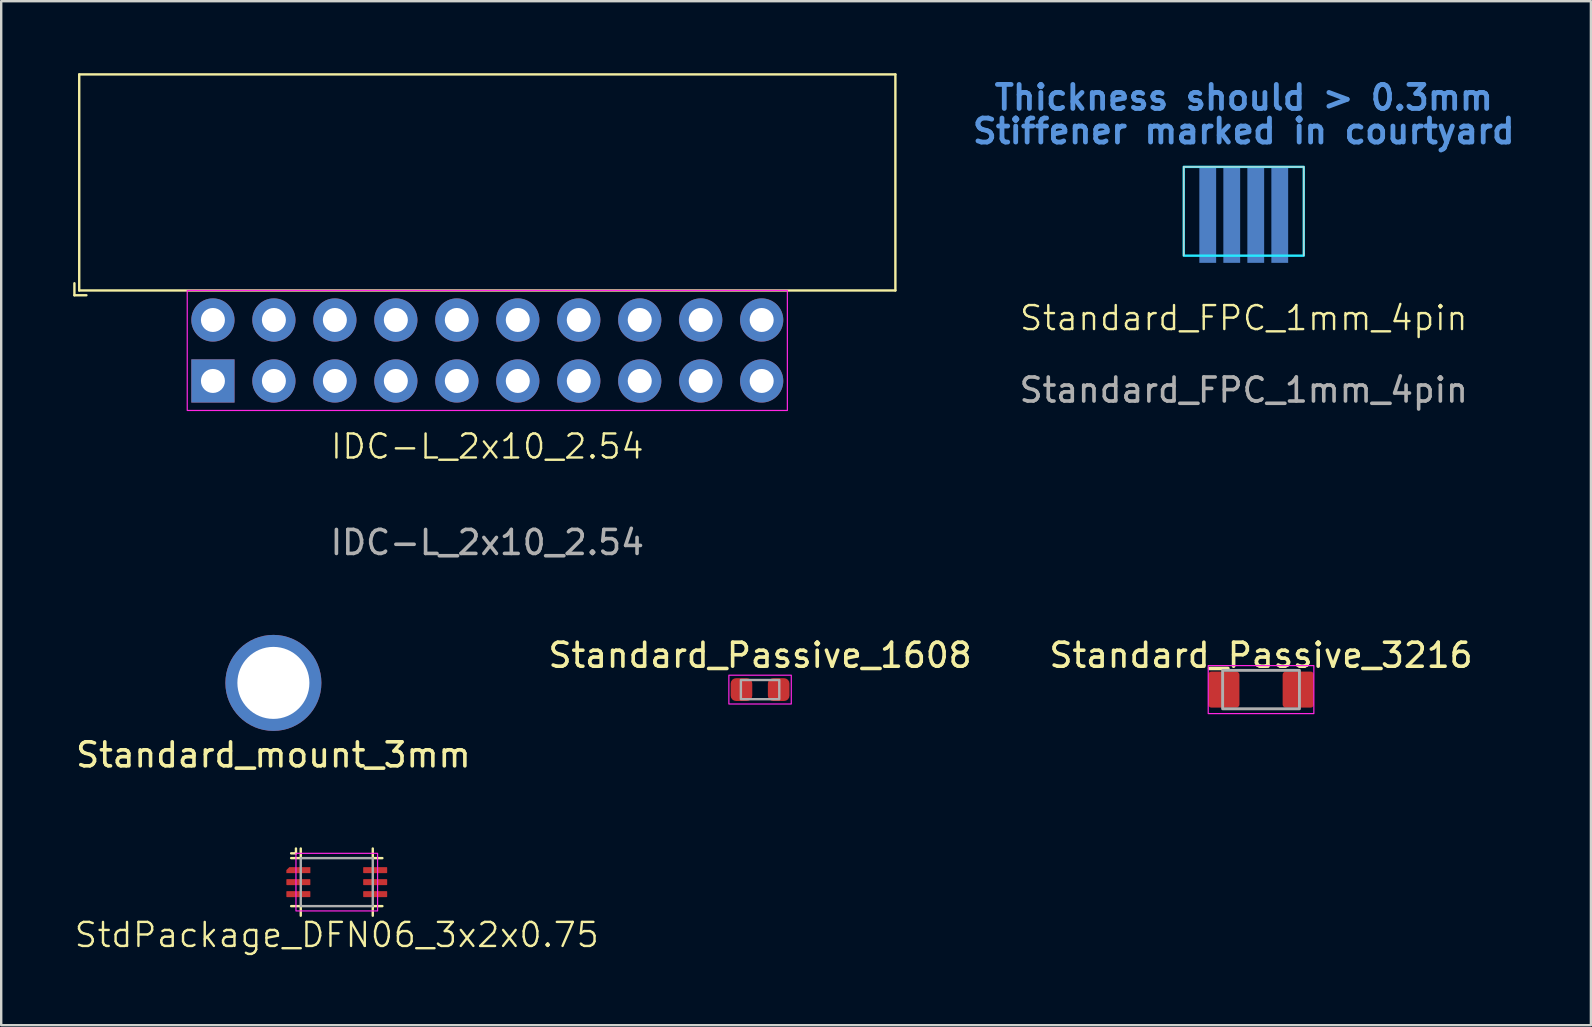
<source format=kicad_pcb>
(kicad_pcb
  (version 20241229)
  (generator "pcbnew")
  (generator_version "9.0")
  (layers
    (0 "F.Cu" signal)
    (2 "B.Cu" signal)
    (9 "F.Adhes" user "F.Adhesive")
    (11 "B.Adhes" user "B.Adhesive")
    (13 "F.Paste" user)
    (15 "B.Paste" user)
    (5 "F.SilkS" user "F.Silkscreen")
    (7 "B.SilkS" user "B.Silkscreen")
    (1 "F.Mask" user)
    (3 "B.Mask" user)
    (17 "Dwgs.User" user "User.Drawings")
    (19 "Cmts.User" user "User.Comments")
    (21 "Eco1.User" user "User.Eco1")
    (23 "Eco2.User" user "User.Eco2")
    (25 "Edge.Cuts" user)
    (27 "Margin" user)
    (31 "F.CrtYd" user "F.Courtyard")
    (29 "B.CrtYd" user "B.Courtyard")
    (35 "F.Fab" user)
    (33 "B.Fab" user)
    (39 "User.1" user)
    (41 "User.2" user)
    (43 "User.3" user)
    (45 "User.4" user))
  (footprint "Standard_Passive_3216"
    (layer "F.Cu")
    (at 49.482 25.677)
    (property "Reference" "Standard_Passive_3216" (at 0 -1.43 0) (layer "F.SilkS") (effects (font (size 1 1) (thickness 0.15))))
    (attr smd)
    (fp_rect (start -2.2 -1) (end 2.2 1) (stroke (width 0.05) (type default)) (fill no) (layer "F.CrtYd"))
    (fp_rect (start -1.6 -0.8) (end 1.6 0.8) (stroke (width 0.12) (type solid)) (fill no) (layer "F.Fab"))
    (pad "1" smd roundrect (at -1.55 0) (size 1.3 1.5) (layers "F.Cu" "F.Mask" "F.Paste") (roundrect_rratio 0.1))
    (pad "2" smd roundrect (at 1.55 0) (size 1.3 1.5) (layers "F.Cu" "F.Mask" "F.Paste") (roundrect_rratio 0.1)))
  (footprint "IDC-L_2x10_2.54"
    (layer "F.Cu")
    (at 17.25 11.55)
    (property "Reference" "IDC-L_2x10_2.54" (at 0 4 0) (unlocked yes) (layer "F.SilkS") (effects (font (size 1 1) (thickness 0.1))))
    (attr through_hole)
    (fp_line (start -17.2 -2.3) (end -17.2 -2.8) (stroke (width 0.1) (type default)) (layer "F.SilkS"))
    (fp_line (start -17.2 -2.3) (end -16.7 -2.3) (stroke (width 0.1) (type default)) (layer "F.SilkS"))
    (fp_line (start -17 -11.5) (end -17 -2.5) (stroke (width 0.1) (type default)) (layer "F.SilkS"))
    (fp_line (start -17 -2.5) (end 17 -2.5) (stroke (width 0.1) (type default)) (layer "F.SilkS"))
    (fp_line (start 17 -11.5) (end -17 -11.5) (stroke (width 0.1) (type default)) (layer "F.SilkS"))
    (fp_line (start 17 -11.5) (end 17 -2.5) (stroke (width 0.1) (type default)) (layer "F.SilkS"))
    (fp_rect (start -12.5 -2.5) (end 12.5 2.5) (stroke (width 0.05) (type default)) (fill no) (layer "F.CrtYd"))
    (fp_text user "${REFERENCE}" (at 0 8 0) (unlocked yes) (layer "F.Fab") (effects (font (size 1 1) (thickness 0.15))))
    (pad "1" thru_hole rect (at -11.43 1.27) (size 1.8 1.8) (drill 1) (layers "*.Cu" "*.Mask"))
    (pad "2" thru_hole circle (at -11.43 -1.27) (size 1.8 1.8) (drill 1) (layers "*.Cu" "*.Mask"))
    (pad "3" thru_hole circle (at -8.89 1.27) (size 1.8 1.8) (drill 1) (layers "*.Cu" "*.Mask"))
    (pad "4" thru_hole circle (at -8.89 -1.27) (size 1.8 1.8) (drill 1) (layers "*.Cu" "*.Mask"))
    (pad "5" thru_hole circle (at -6.35 1.27) (size 1.8 1.8) (drill 1) (layers "*.Cu" "*.Mask"))
    (pad "6" thru_hole circle (at -6.35 -1.27) (size 1.8 1.8) (drill 1) (layers "*.Cu" "*.Mask"))
    (pad "7" thru_hole circle (at -3.81 1.27) (size 1.8 1.8) (drill 1) (layers "*.Cu" "*.Mask"))
    (pad "8" thru_hole circle (at -3.81 -1.27) (size 1.8 1.8) (drill 1) (layers "*.Cu" "*.Mask"))
    (pad "9" thru_hole circle (at -1.27 1.27) (size 1.8 1.8) (drill 1) (layers "*.Cu" "*.Mask"))
    (pad "10" thru_hole circle (at -1.27 -1.27) (size 1.8 1.8) (drill 1) (layers "*.Cu" "*.Mask"))
    (pad "11" thru_hole circle (at 1.27 1.27) (size 1.8 1.8) (drill 1) (layers "*.Cu" "*.Mask"))
    (pad "12" thru_hole circle (at 1.27 -1.27) (size 1.8 1.8) (drill 1) (layers "*.Cu" "*.Mask"))
    (pad "13" thru_hole circle (at 3.81 1.27) (size 1.8 1.8) (drill 1) (layers "*.Cu" "*.Mask"))
    (pad "14" thru_hole circle (at 3.81 -1.27) (size 1.8 1.8) (drill 1) (layers "*.Cu" "*.Mask"))
    (pad "15" thru_hole circle (at 6.35 1.27) (size 1.8 1.8) (drill 1) (layers "*.Cu" "*.Mask"))
    (pad "16" thru_hole circle (at 6.35 -1.27) (size 1.8 1.8) (drill 1) (layers "*.Cu" "*.Mask"))
    (pad "17" thru_hole circle (at 8.89 1.27) (size 1.8 1.8) (drill 1) (layers "*.Cu" "*.Mask"))
    (pad "18" thru_hole circle (at 8.89 -1.27) (size 1.8 1.8) (drill 1) (layers "*.Cu" "*.Mask"))
    (pad "19" thru_hole circle (at 11.43 1.27) (size 1.8 1.8) (drill 1) (layers "*.Cu" "*.Mask"))
    (pad "20" thru_hole circle (at 11.43 -1.27) (size 1.8 1.8) (drill 1) (layers "*.Cu" "*.Mask")))
  (footprint "Standard_Passive_1608"
    (layer "F.Cu")
    (at 28.613 25.677)
    (property "Reference" "Standard_Passive_1608" (at 0 -1.43 0) (layer "F.SilkS") (effects (font (size 1 1) (thickness 0.15))))
    (attr smd)
    (fp_rect (start -1.3 -0.6) (end 1.3 0.6) (stroke (width 0.05) (type default)) (fill no) (layer "F.CrtYd"))
    (fp_rect (start -0.8 -0.4) (end 0.8 0.4) (stroke (width 0.1) (type default)) (fill no) (layer "F.Fab"))
    (pad "1" smd roundrect (at -0.775 0) (size 0.9 0.95) (layers "F.Cu" "F.Mask" "F.Paste") (roundrect_rratio 0.25))
    (pad "2" smd roundrect (at 0.775 0) (size 0.9 0.95) (layers "F.Cu" "F.Mask" "F.Paste") (roundrect_rratio 0.25)))
  (footprint "Standard_FPC_1mm_4pin"
    (layer "F.Cu")
    (at 48.762 7.6)
    (property "Reference" "Standard_FPC_1mm_4pin" (at 0 2.6 0) (unlocked yes) (layer "F.SilkS") (effects (font (size 1 1) (thickness 0.1))))
    (attr smd)
    (fp_rect (start -1.2 -3.6) (end -1.8 0) (stroke (width 0.1) (type default)) (fill yes) (layer "B.Mask"))
    (fp_rect (start -0.2 -3.6) (end -0.8 0) (stroke (width 0.1) (type default)) (fill yes) (layer "B.Mask"))
    (fp_rect (start 0.8 -3.6) (end 0.2 0) (stroke (width 0.1) (type default)) (fill yes) (layer "B.Mask"))
    (fp_rect (start 1.8 -3.6) (end 1.2 0) (stroke (width 0.1) (type default)) (fill yes) (layer "B.Mask"))
    (fp_line (start -2.5 -3.7) (end 2.5 -3.7) (stroke (width 0.05) (type default)) (layer "Edge.Cuts"))
    (fp_line (start -2.5 0) (end -2.5 -3.7) (stroke (width 0.05) (type default)) (layer "Edge.Cuts"))
    (fp_line (start 2.5 -3.7) (end 2.5 0) (stroke (width 0.05) (type default)) (layer "Edge.Cuts"))
    (fp_rect (start -2.5 -3.7) (end 2.5 0) (stroke (width 0.1) (type solid)) (fill no) (layer "B.CrtYd"))
    (fp_text user "Thickness should > 0.3mm" (at 0 -6 0) (unlocked yes) (layer "Cmts.User") (effects (font (size 1 1) (thickness 0.2) (bold yes)) (justify bottom)))
    (fp_text user "Stiffener marked in courtyard" (at 0 -4.6 0) (unlocked yes) (layer "Cmts.User") (effects (font (size 1 1) (thickness 0.2) (bold yes)) (justify bottom)))
    (fp_text user "${REFERENCE}" (at 0 5.6 0) (unlocked yes) (layer "F.Fab") (effects (font (size 1 1) (thickness 0.15))))
    (pad "1" smd rect (at 1.5 -1.7) (size 0.7 4) (layers "B.Cu" "B.Paste"))
    (pad "2" smd rect (at 0.5 -1.7) (size 0.7 4) (layers "B.Cu" "B.Paste"))
    (pad "3" smd rect (at -0.5 -1.7) (size 0.7 4) (layers "B.Cu" "B.Paste"))
    (pad "4" smd rect (at -1.5 -1.7) (size 0.7 4) (layers "B.Cu" "B.Paste")))
  (footprint "Standard_mount_3mm"
    (layer "F.Cu")
    (at 8.339 25.398)
    (property "Reference" "Standard_mount_3mm" (at 0 3 0) (unlocked yes) (layer "F.SilkS") (effects (font (size 1 1) (thickness 0.15))))
    (attr smd)
    (pad "" np_thru_hole circle (at 0 0) (size 4 4) (drill 3) (layers "*.Cu" "*.Mask")))
  (footprint "StdPackage_DFN06_3x2x0.75"
    (layer "F.Cu")
    (at 10.979 33.697)
    (property "Reference" "StdPackage_DFN06_3x2x0.75" (at 0 2.2 0) (unlocked yes) (layer "F.SilkS") (effects (font (size 1 1) (thickness 0.1))))
    (attr smd)
    (fp_line (start -1.9 -1.2) (end -1.7 -1.2) (stroke (width 0.1) (type default)) (layer "F.SilkS"))
    (fp_line (start -1.7 -1.2) (end -1.7 -1.4) (stroke (width 0.1) (type default)) (layer "F.SilkS"))
    (fp_line (start -1.5 -1) (end -1.9 -1) (stroke (width 0.1) (type default)) (layer "F.SilkS"))
    (fp_line (start -1.5 -1) (end -1.5 -1.4) (stroke (width 0.1) (type default)) (layer "F.SilkS"))
    (fp_line (start -1.5 1) (end -1.9 1) (stroke (width 0.1) (type default)) (layer "F.SilkS"))
    (fp_line (start -1.5 1) (end -1.5 1.4) (stroke (width 0.1) (type default)) (layer "F.SilkS"))
    (fp_line (start 1.5 -1) (end 1.5 -1.4) (stroke (width 0.1) (type default)) (layer "F.SilkS"))
    (fp_line (start 1.5 -1) (end 1.9 -1) (stroke (width 0.1) (type default)) (layer "F.SilkS"))
    (fp_line (start 1.5 1) (end 1.5 1.4) (stroke (width 0.1) (type default)) (layer "F.SilkS"))
    (fp_line (start 1.5 1) (end 1.9 1) (stroke (width 0.1) (type default)) (layer "F.SilkS"))
    (fp_rect (start -1.7 -1.2) (end 1.7 1.2) (stroke (width 0.05) (type default)) (fill no) (layer "F.CrtYd"))
    (fp_rect (start -1.5 -1) (end 1.5 1) (stroke (width 0.1) (type default)) (fill no) (layer "F.Fab"))
    (pad "1" smd roundrect (at -1.6 -0.5) (size 1 0.25) (layers "F.Cu" "F.Mask" "F.Paste") (roundrect_rratio 0) (chamfer_ratio 0.5) (chamfer top_left))
    (pad "2" smd roundrect (at -1.6 0) (size 1 0.25) (layers "F.Cu" "F.Mask" "F.Paste") (roundrect_rratio 0.1))
    (pad "3" smd roundrect (at -1.6 0.5) (size 1 0.25) (layers "F.Cu" "F.Mask" "F.Paste") (roundrect_rratio 0.1))
    (pad "4" smd roundrect (at 1.6 0.5) (size 1 0.25) (layers "F.Cu" "F.Mask" "F.Paste") (roundrect_rratio 0.1))
    (pad "5" smd roundrect (at 1.6 0) (size 1 0.25) (layers "F.Cu" "F.Mask" "F.Paste") (roundrect_rratio 0.1))
    (pad "6" smd roundrect (at 1.6 -0.5) (size 1 0.25) (layers "F.Cu" "F.Mask" "F.Paste") (roundrect_rratio 0.1)))
  (gr_rect
    (start -3 -3)
    (end 63.224 39.657)
    (stroke (width 0.1) (type default))
    (fill no)
    (layer "Edge.Cuts")))
</source>
